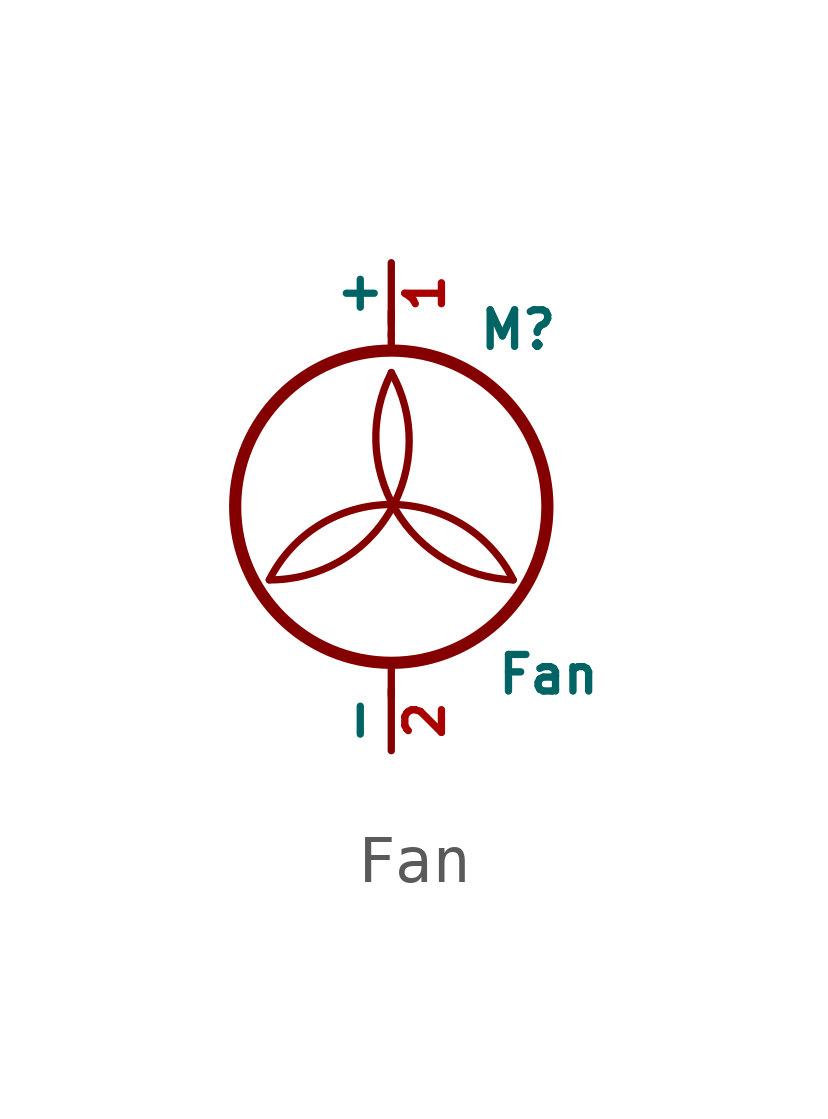
<source format=kicad_sym>
(kicad_symbol_lib
  (version 20210619)
  (generator kicad_symbol_editor)
  (symbol "Fan"
    (pin_names
      (offset 0))
    (property "Reference" "M"
      (at 1.778 3.683 0)
      (effects (font (size 0.762 0.762)) (justify left)))
    (property "Value" "Fan"
      (at 2.159 -3.048 0)
      (effects (font (size 0.762 0.762)) (justify left top)))
    (symbol "Fan_0_1"
      (arc (start 0 2.794) (end -2.54 -1.524) (radius (at -2.4892 1.3716) (length 2.8702) (angles 29.7 -91)) (stroke (width 0)) (fill (type none)))
      (arc (start -2.54 -1.524) (end 2.54 -1.524) (radius (at 0 -2.794) (length 2.8448) (angles 153.4 26.6)) (stroke (width 0)) (fill (type none)))
      (arc (start 2.54 -1.524) (end 0 2.794) (radius (at 2.6162 1.397) (length 2.921) (angles -91.5 151.9)) (stroke (width 0)) (fill (type none)))
      (circle (center 0 0) (radius 3.251) (stroke (width 0.254)) (fill (type none)))
      (polyline (pts (xy 0 -3.251) (xy 0 -3.937)) (stroke (width 0)) (fill (type none)))
      (polyline (pts (xy 0 3.251) (xy 0 3.607)) (stroke (width 0)) (fill (type none)))
      (polyline (pts (xy 0 3.556) (xy 0 4.064)) (stroke (width 0)) (fill (type none))))
    (symbol "Fan_1_1"
      (pin passive line (at 0 5.08 270) (length 1.27) (name "+" (effects (font (size 0.762 0.762)))) (number "1" (effects (font (size 0.762 0.762)))))
      (pin passive line (at 0 -5.08 90) (length 1.27) (name "-" (effects (font (size 0.762 0.762)))) (number "2" (effects (font (size 0.762 0.762))))))))
</source>
